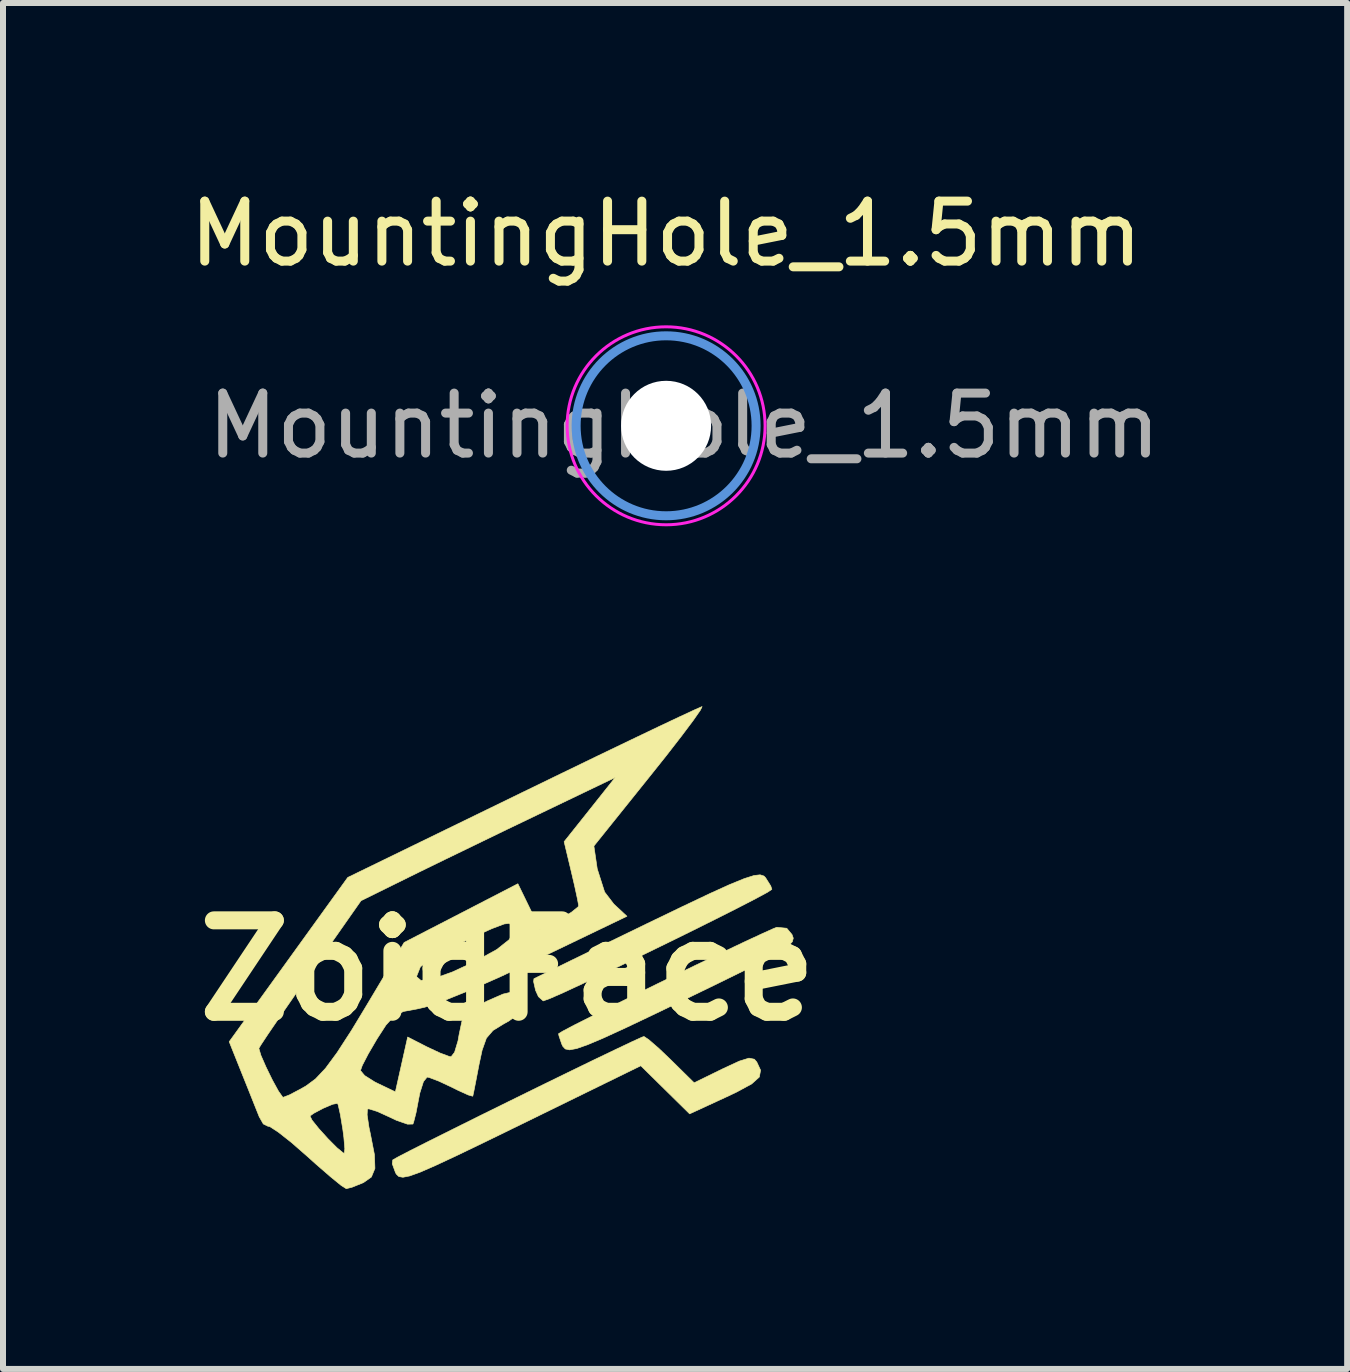
<source format=kicad_pcb>
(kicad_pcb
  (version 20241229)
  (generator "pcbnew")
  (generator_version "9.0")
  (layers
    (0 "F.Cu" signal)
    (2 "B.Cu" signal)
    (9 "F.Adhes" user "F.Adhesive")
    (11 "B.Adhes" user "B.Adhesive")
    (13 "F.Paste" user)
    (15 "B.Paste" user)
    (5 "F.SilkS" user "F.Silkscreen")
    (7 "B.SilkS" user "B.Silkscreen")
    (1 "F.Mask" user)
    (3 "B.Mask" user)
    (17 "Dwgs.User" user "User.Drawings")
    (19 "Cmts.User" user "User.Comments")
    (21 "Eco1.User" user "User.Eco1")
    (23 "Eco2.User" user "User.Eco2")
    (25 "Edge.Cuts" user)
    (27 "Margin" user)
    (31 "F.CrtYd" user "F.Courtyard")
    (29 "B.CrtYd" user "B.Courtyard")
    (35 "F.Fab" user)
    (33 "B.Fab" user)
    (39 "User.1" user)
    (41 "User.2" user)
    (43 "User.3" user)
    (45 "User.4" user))
  (footprint "MountingHole_1.5mm"
    (layer "F.Cu")
    (at 8.054 4.048)
    (property "Reference" "MountingHole_1.5mm" (at 0 -3.2 0) (layer "F.SilkS") (effects (font (size 1 1) (thickness 0.15))))
    (attr exclude_from_pos_files exclude_from_bom)
    (fp_circle (center 0 0) (end 1.5 0) (stroke (width 0.15) (type solid)) (fill no) (layer "Cmts.User"))
    (fp_circle (center 0 0) (end 1.65 0) (stroke (width 0.05) (type solid)) (fill no) (layer "F.CrtYd"))
    (fp_text user "${REFERENCE}" (at 0.3 0 0) (layer "F.Fab") (effects (font (size 1 1) (thickness 0.15))))
    (pad "" np_thru_hole circle (at 0 0) (size 1.5 1.5) (drill 1.5) (layers "*.Cu" "*.Mask")))
  (footprint "ZoidFace"
    (layer "F.Cu")
    (at 5.414 13.127)
    (property "Reference" "ZoidFace" (at 0 0 0) (layer "F.SilkS") (effects (font (size 1.524 1.524) (thickness 0.3))))
    (attr through_hole)
    (fp_poly (pts (xy 4.27 -1.574) (xy 4.297 -1.547) (xy 4.384 -1.409) (xy 4.403 -1.352) (xy 4.33 -1.303) (xy 4.13 -1.195) (xy 3.826 -1.038) (xy 3.445 -0.846) (xy 3.011 -0.63) (xy 2.548 -0.403) (xy 2.083 -0.177) (xy 1.64 0.035) (xy 1.245 0.222) (xy 0.922 0.372) (xy 0.696 0.471) (xy 0.592 0.508) (xy 0.591 0.508) (xy 0.512 0.438) (xy 0.464 0.332) (xy 0.431 0.186) (xy 0.437 0.138) (xy 0.518 0.098) (xy 0.73 -0.006) (xy 1.053 -0.164) (xy 1.465 -0.364) (xy 1.945 -0.597) (xy 2.328 -0.783) (xy 2.913 -1.065) (xy 3.364 -1.279) (xy 3.701 -1.432) (xy 3.941 -1.53) (xy 4.104 -1.582) (xy 4.207 -1.594) (xy 4.27 -1.574)) (stroke (width 0.01) (type solid)) (fill yes) (layer "F.SilkS"))
    (fp_poly (pts (xy 4.651 -0.703) (xy 4.739 -0.598) (xy 4.76 -0.538) (xy 4.744 -0.478) (xy 4.675 -0.406) (xy 4.535 -0.312) (xy 4.307 -0.185) (xy 3.973 -0.014) (xy 3.517 0.21) (xy 3.072 0.426) (xy 2.453 0.725) (xy 1.969 0.955) (xy 1.601 1.124) (xy 1.334 1.237) (xy 1.15 1.302) (xy 1.03 1.324) (xy 0.959 1.309) (xy 0.918 1.265) (xy 0.9 1.227) (xy 0.854 1.091) (xy 0.847 1.055) (xy 0.919 1.011) (xy 1.118 0.906) (xy 1.42 0.754) (xy 1.797 0.566) (xy 2.225 0.355) (xy 2.679 0.133) (xy 3.132 -0.087) (xy 3.559 -0.292) (xy 3.934 -0.47) (xy 4.233 -0.609) (xy 4.428 -0.697) (xy 4.485 -0.719) (xy 4.651 -0.703)) (stroke (width 0.01) (type solid)) (fill yes) (layer "F.SilkS"))
    (fp_poly (pts (xy 2.353 1.156) (xy 2.518 1.299) (xy 2.715 1.487) (xy 3.107 1.873) (xy 3.59 1.637) (xy 3.86 1.512) (xy 4.021 1.462) (xy 4.111 1.48) (xy 4.151 1.526) (xy 4.215 1.663) (xy 4.194 1.777) (xy 4.066 1.892) (xy 3.811 2.03) (xy 3.633 2.114) (xy 3.032 2.391) (xy 2.625 1.99) (xy 2.218 1.589) (xy 0.22 2.567) (xy -0.383 2.861) (xy -0.852 3.087) (xy -1.206 3.252) (xy -1.46 3.363) (xy -1.635 3.426) (xy -1.747 3.448) (xy -1.815 3.436) (xy -1.855 3.398) (xy -1.87 3.374) (xy -1.925 3.223) (xy -1.917 3.159) (xy -1.831 3.11) (xy -1.617 2.999) (xy -1.3 2.839) (xy -0.903 2.641) (xy -0.451 2.416) (xy 0.032 2.178) (xy 0.522 1.937) (xy 0.995 1.706) (xy 1.427 1.496) (xy 1.794 1.32) (xy 2.072 1.188) (xy 2.237 1.113) (xy 2.271 1.101) (xy 2.353 1.156)) (stroke (width 0.01) (type solid)) (fill yes) (layer "F.SilkS"))
    (fp_poly (pts (xy 3.211 -4.338) (xy 3.091 -4.166) (xy 2.895 -3.905) (xy 2.639 -3.575) (xy 2.371 -3.239) (xy 1.436 -2.074) (xy 1.492 -1.693) (xy 1.615 -1.307) (xy 1.768 -1.107) (xy 1.987 -0.903) (xy 0.435 -0.157) (xy -0.143 0.114) (xy -0.653 0.338) (xy -1.074 0.508) (xy -1.382 0.613) (xy -1.511 0.642) (xy -1.738 0.684) (xy -1.893 0.76) (xy -2.03 0.911) (xy -2.18 1.143) (xy -2.325 1.391) (xy -2.425 1.584) (xy -2.455 1.669) (xy -2.386 1.752) (xy -2.215 1.86) (xy -2.164 1.885) (xy -1.873 2.024) (xy -1.668 1.11) (xy -1.346 1.275) (xy -1.128 1.377) (xy -0.972 1.435) (xy -0.944 1.439) (xy -0.886 1.364) (xy -0.829 1.174) (xy -0.811 1.071) (xy -0.765 0.852) (xy -0.683 0.711) (xy -0.518 0.597) (xy -0.33 0.504) (xy -0.078 0.394) (xy 0.067 0.36) (xy 0.149 0.395) (xy 0.174 0.427) (xy 0.243 0.588) (xy 0.197 0.714) (xy 0.016 0.845) (xy -0.064 0.889) (xy -0.246 1.001) (xy -0.356 1.129) (xy -0.427 1.329) (xy -0.478 1.566) (xy -0.53 1.837) (xy -0.568 2.03) (xy -0.583 2.097) (xy -0.656 2.077) (xy -0.83 1.998) (xy -0.928 1.949) (xy -1.15 1.845) (xy -1.311 1.784) (xy -1.344 1.778) (xy -1.405 1.853) (xy -1.465 2.042) (xy -1.484 2.138) (xy -1.529 2.374) (xy -1.57 2.534) (xy -1.581 2.561) (xy -1.67 2.563) (xy -1.855 2.499) (xy -1.96 2.449) (xy -2.172 2.352) (xy -2.313 2.308) (xy -2.339 2.311) (xy -2.344 2.408) (xy -2.314 2.611) (xy -2.291 2.719) (xy -2.222 3.072) (xy -2.214 3.301) (xy -2.273 3.444) (xy -2.405 3.537) (xy -2.417 3.542) (xy -2.595 3.614) (xy -2.692 3.638) (xy -2.777 3.584) (xy -2.955 3.439) (xy -3.196 3.23) (xy -3.344 3.097) (xy -3.606 2.868) (xy -3.824 2.696) (xy -3.965 2.604) (xy -4.001 2.596) (xy -4.075 2.559) (xy -4.143 2.439) (xy -4.148 2.426) (xy -3.296 2.426) (xy -3.263 2.495) (xy -3.149 2.637) (xy -2.997 2.805) (xy -2.848 2.955) (xy -2.743 3.041) (xy -2.725 3.048) (xy -2.716 2.973) (xy -2.732 2.782) (xy -2.75 2.646) (xy -2.79 2.405) (xy -2.825 2.247) (xy -2.837 2.216) (xy -2.919 2.231) (xy -3.074 2.297) (xy -3.231 2.38) (xy -3.296 2.426) (xy -4.148 2.426) (xy -4.215 2.259) (xy -4.324 1.985) (xy -4.432 1.716) (xy -4.599 1.299) (xy -4.149 1.299) (xy -4.115 1.415) (xy -4.03 1.609) (xy -3.924 1.826) (xy -3.822 2.012) (xy -3.752 2.111) (xy -3.743 2.115) (xy -3.639 2.075) (xy -3.449 1.975) (xy -3.362 1.925) (xy -3.205 1.809) (xy -3.038 1.632) (xy -2.844 1.369) (xy -2.603 0.997) (xy -2.384 0.635) (xy -2.066 0.103) (xy -1.521 0.103) (xy -1.447 0.167) (xy -1.245 0.141) (xy -0.921 0.025) (xy -0.552 -0.146) (xy -0.184 -0.348) (xy 0.029 -0.517) (xy 0.095 -0.664) (xy 0.032 -0.786) (xy -0.061 -0.774) (xy -0.261 -0.698) (xy -0.527 -0.579) (xy -0.819 -0.436) (xy -1.097 -0.29) (xy -1.321 -0.16) (xy -1.448 -0.066) (xy -1.459 -0.053) (xy -1.521 0.103) (xy -2.066 0.103) (xy -1.727 -0.466) (xy -0.779 -0.955) (xy 0.169 -1.445) (xy 0.353 -1.067) (xy 0.536 -0.688) (xy 0.861 -0.854) (xy 1.059 -0.968) (xy 1.172 -1.059) (xy 1.182 -1.081) (xy 1.162 -1.191) (xy 1.114 -1.413) (xy 1.06 -1.644) (xy 0.94 -2.146) (xy 1.366 -2.681) (xy 1.792 -3.217) (xy 0.494 -2.594) (xy -0.017 -2.349) (xy -0.549 -2.091) (xy -1.053 -1.847) (xy -1.477 -1.64) (xy -1.625 -1.567) (xy -2.446 -1.162) (xy -3.297 0.052) (xy -3.573 0.447) (xy -3.812 0.793) (xy -3.998 1.065) (xy -4.115 1.242) (xy -4.149 1.299) (xy -4.599 1.299) (xy -4.643 1.188) (xy -3.655 -0.181) (xy -2.667 -1.55) (xy 0.254 -2.972) (xy 0.907 -3.289) (xy 1.512 -3.582) (xy 2.053 -3.842) (xy 2.513 -4.062) (xy 2.875 -4.233) (xy 3.121 -4.347) (xy 3.235 -4.397) (xy 3.24 -4.398) (xy 3.211 -4.338)) (stroke (width 0.01) (type solid)) (fill yes) (layer "F.SilkS")))
  (gr_rect
    (start -3 -3)
    (end 19.407 19.77)
    (stroke (width 0.1) (type default))
    (fill no)
    (layer "Edge.Cuts")))
</source>
